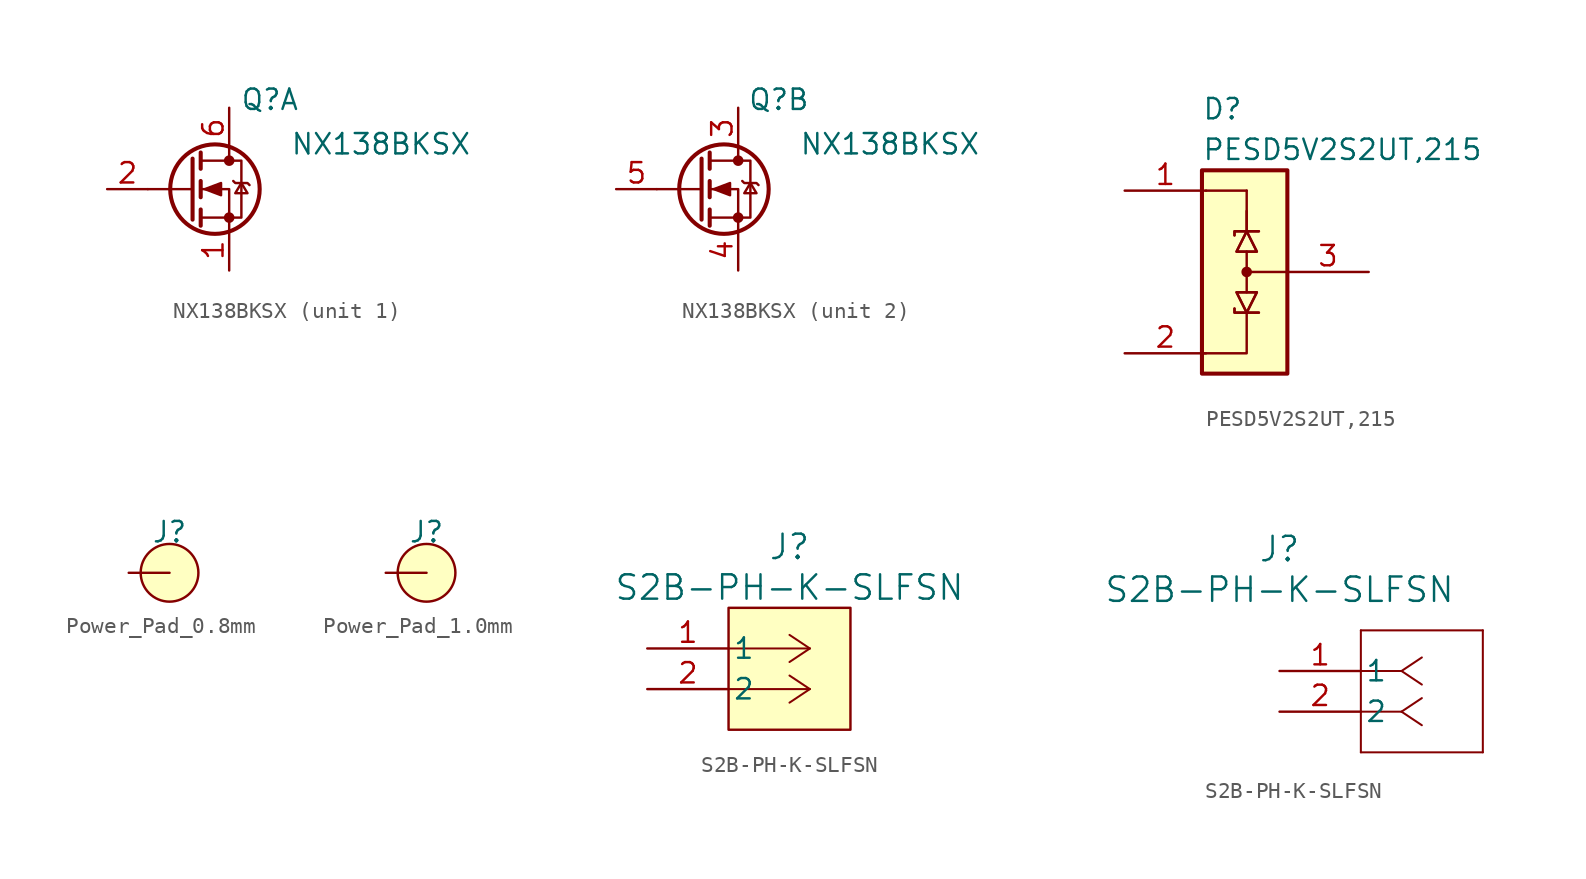
<source format=kicad_sym>
(kicad_symbol_lib
  (version 20220914)
  (generator kicad_symbol_editor)
  (symbol "NX138BKSX"
    (pin_names hide)
    (property "Reference" "Q"
      (at 2.54 5.588 0)
      (effects (font (size 1.27 1.27))))
    (property "Value" "NX138BKSX"
      (at 3.81 3.556 0)
      (effects (font (size 1.27 1.27)) (justify left top)))
    (symbol "NX138BKSX_0_1"
      (circle (center -0.889 0) (radius 2.794) (stroke (width 0.254) (type default)) (fill (type none)))
      (circle (center 0 -1.778) (radius 0.254) (stroke (width 0) (type default)) (fill (type outline)))
      (polyline (pts (xy -2.286 0) (xy -5.08 0)) (stroke (width 0) (type default)) (fill (type none)))
      (polyline (pts (xy -2.286 1.905) (xy -2.286 -1.905)) (stroke (width 0.254) (type default)) (fill (type none)))
      (polyline (pts (xy -1.778 -1.27) (xy -1.778 -2.286)) (stroke (width 0.254) (type default)) (fill (type none)))
      (polyline (pts (xy -1.778 0.508) (xy -1.778 -0.508)) (stroke (width 0.254) (type default)) (fill (type none)))
      (polyline (pts (xy -1.778 2.286) (xy -1.778 1.27)) (stroke (width 0.254) (type default)) (fill (type none)))
      (polyline (pts (xy 0 2.54) (xy 0 1.778)) (stroke (width 0) (type default)) (fill (type none)))
      (polyline (pts (xy 0 -2.54) (xy 0 0) (xy -1.778 0)) (stroke (width 0) (type default)) (fill (type none)))
      (polyline (pts (xy -1.778 -1.778) (xy 0.762 -1.778) (xy 0.762 1.778) (xy -1.778 1.778)) (stroke (width 0) (type default)) (fill (type none)))
      (polyline (pts (xy -1.524 0) (xy -0.508 0.381) (xy -0.508 -0.381) (xy -1.524 0)) (stroke (width 0) (type default)) (fill (type outline)))
      (polyline (pts (xy 0.254 0.508) (xy 0.381 0.381) (xy 1.143 0.381) (xy 1.27 0.254)) (stroke (width 0) (type default)) (fill (type none)))
      (polyline (pts (xy 0.762 0.381) (xy 0.381 -0.254) (xy 1.143 -0.254) (xy 0.762 0.381)) (stroke (width 0) (type default)) (fill (type none)))
      (circle (center 0 1.778) (radius 0.254) (stroke (width 0) (type default)) (fill (type outline))))
    (symbol "NX138BKSX_1_1"
      (pin passive line (at 0 -5.08 90) (length 2.54) (name "S1" (effects (font (size 1.27 1.27)))) (number "1" (effects (font (size 1.27 1.27)))))
      (pin input line (at -7.62 0 0) (length 2.54) (name "G1" (effects (font (size 1.27 1.27)))) (number "2" (effects (font (size 1.27 1.27)))))
      (pin passive line (at 0 5.08 270) (length 2.54) (name "D1" (effects (font (size 1.27 1.27)))) (number "6" (effects (font (size 1.27 1.27))))))
    (symbol "NX138BKSX_2_1"
      (pin passive line (at 0 5.08 270) (length 2.54) (name "D2" (effects (font (size 1.27 1.27)))) (number "3" (effects (font (size 1.27 1.27)))))
      (pin passive line (at 0 -5.08 90) (length 2.54) (name "S2" (effects (font (size 1.27 1.27)))) (number "4" (effects (font (size 1.27 1.27)))))
      (pin input line (at -7.62 0 0) (length 2.54) (name "G2" (effects (font (size 1.27 1.27)))) (number "5" (effects (font (size 1.27 1.27)))))))
  (symbol "PESD5V2S2UT,215"
    (property "Reference" "D"
      (at 4.826 5.842 0)
      (effects (font (size 1.27 1.27)) (justify left top)))
    (property "Value" "PESD5V2S2UT,215"
      (at 4.826 3.302 0)
      (effects (font (size 1.27 1.27)) (justify left top)))
    (symbol "PESD5V2S2UT,215_0_1"
      (polyline (pts (xy 7.62 -3.81) (xy 7.62 -6.35)) (stroke (width 0) (type default)) (fill (type none)))
      (polyline (pts (xy 7.62 -1.27) (xy 7.62 -2.54)) (stroke (width 0) (type default)) (fill (type none)))
      (polyline (pts (xy 7.62 0) (xy 5.08 0)) (stroke (width 0) (type default)) (fill (type none)))
      (polyline (pts (xy 7.62 0) (xy 7.62 -2.54)) (stroke (width 0) (type default)) (fill (type none)))
      (polyline (pts (xy 7.62 -7.62) (xy 7.62 -10.16) (xy 4.826 -10.16)) (stroke (width 0) (type default)) (fill (type none)))
      (polyline (pts (xy 10.16 -5.08) (xy 7.62 -5.08) (xy 7.62 -5.08)) (stroke (width 0) (type default)) (fill (type none)))
      (polyline (pts (xy 6.858 -7.366) (xy 6.858 -7.62) (xy 8.255 -7.62) (xy 8.382 -7.62)) (stroke (width 0) (type default)) (fill (type none)))
      (polyline (pts (xy 6.858 -7.366) (xy 6.858 -7.62) (xy 8.255 -7.62) (xy 8.382 -7.62)) (stroke (width 0) (type default)) (fill (type none)))
      (polyline (pts (xy 6.858 -2.794) (xy 6.858 -2.54) (xy 8.255 -2.54) (xy 8.382 -2.54)) (stroke (width 0) (type default)) (fill (type none)))
      (polyline (pts (xy 6.858 -2.794) (xy 6.858 -2.54) (xy 8.255 -2.54) (xy 8.382 -2.54)) (stroke (width 0) (type default)) (fill (type none)))
      (polyline (pts (xy 7.62 -7.62) (xy 6.985 -6.35) (xy 8.255 -6.35) (xy 7.62 -7.62)) (stroke (width 0) (type default)) (fill (type none)))
      (polyline (pts (xy 7.62 -7.62) (xy 6.985 -6.35) (xy 8.255 -6.35) (xy 7.62 -7.62)) (stroke (width 0) (type default)) (fill (type none)))
      (polyline (pts (xy 7.62 -2.54) (xy 6.985 -3.81) (xy 8.255 -3.81) (xy 7.62 -2.54)) (stroke (width 0) (type default)) (fill (type none)))
      (polyline (pts (xy 7.62 -2.54) (xy 6.985 -3.81) (xy 8.255 -3.81) (xy 7.62 -2.54)) (stroke (width 0) (type default)) (fill (type none)))
      (rectangle (start 4.826 1.27) (end 10.16 -11.43) (stroke (width 0.254) (type default)) (fill (type background)))
      (circle (center 7.62 -5.08) (radius 0.254) (stroke (width 0) (type default)) (fill (type outline))))
    (symbol "PESD5V2S2UT,215_1_1"
      (pin passive line (at 0 0 0) (length 5.08) (name "" (effects (font (size 1.27 1.27)))) (number "1" (effects (font (size 1.27 1.27)))))
      (pin passive line (at 0 -10.16 0) (length 5.08) (name "" (effects (font (size 1.27 1.27)))) (number "2" (effects (font (size 1.27 1.27)))))
      (pin passive line (at 15.24 -5.08 180) (length 5.08) (name "" (effects (font (size 1.27 1.27)))) (number "3" (effects (font (size 1.27 1.27)))))))
  (symbol "Power_Pad_0.8mm"
    (pin_numbers hide)
    (pin_names hide)
    (property "Reference" "J"
      (at 0 2.54 0)
      (effects (font (size 1.27 1.27))))
    (property "Value" ""
      (at 0 0 0)
      (effects (font (size 1.27 1.27))))
    (symbol "Power_Pad_0.8mm_0_1"
      (circle (center 0 0) (radius 1.796) (stroke (width 0) (type default)) (fill (type background))))
    (symbol "Power_Pad_0.8mm_1_1"
      (pin passive line (at -2.54 0 0) (length 2.54) (name "1" (effects (font (size 1.27 1.27)))) (number "1" (effects (font (size 1.27 1.27)))))))
  (symbol "Power_Pad_1.0mm"
    (pin_numbers hide)
    (pin_names hide)
    (property "Reference" "J"
      (at 0 2.54 0)
      (effects (font (size 1.27 1.27))))
    (property "Value" ""
      (at 0 0 0)
      (effects (font (size 1.27 1.27))))
    (symbol "Power_Pad_1.0mm_0_1"
      (circle (center 0 0) (radius 1.796) (stroke (width 0) (type default)) (fill (type background))))
    (symbol "Power_Pad_1.0mm_1_1"
      (pin passive line (at -2.54 0 0) (length 2.54) (name "1" (effects (font (size 1.27 1.27)))) (number "1" (effects (font (size 1.27 1.27)))))))
  (symbol "S2B-PH-K-SLFSN"
    (pin_names
      (offset 0.254))
    (property "Reference" "J"
      (at 0 7.62 0)
      (effects (font (size 1.524 1.524))))
    (property "Value" "S2B-PH-K-SLFSN"
      (at 0 5.08 0)
      (effects (font (size 1.524 1.524))))
    (property "ki_locked" ""
      (at 0 0 0)
      (effects (font (size 1.27 1.27))))
    (symbol "S2B-PH-K-SLFSN_1_1"
      (rectangle (start -3.81 3.81) (end 3.81 -3.81) (stroke (width 0) (type default)) (fill (type background)))
      (polyline (pts (xy 1.27 -1.27) (xy -3.81 -1.27)) (stroke (width 0.127) (type default)) (fill (type none)))
      (polyline (pts (xy 1.27 -1.27) (xy 0 -2.117)) (stroke (width 0.127) (type default)) (fill (type none)))
      (polyline (pts (xy 1.27 -1.27) (xy 0 -0.423)) (stroke (width 0.127) (type default)) (fill (type none)))
      (polyline (pts (xy 1.27 1.27) (xy -3.81 1.27)) (stroke (width 0.127) (type default)) (fill (type none)))
      (polyline (pts (xy 1.27 1.27) (xy 0 0.423)) (stroke (width 0.127) (type default)) (fill (type none)))
      (polyline (pts (xy 1.27 1.27) (xy 0 2.117)) (stroke (width 0.127) (type default)) (fill (type none)))
      (pin unspecified line (at -8.89 1.27 0) (length 5.08) (name "1" (effects (font (size 1.27 1.27)))) (number "1" (effects (font (size 1.27 1.27)))))
      (pin unspecified line (at -8.89 -1.27 0) (length 5.08) (name "2" (effects (font (size 1.27 1.27)))) (number "2" (effects (font (size 1.27 1.27))))))
    (symbol "S2B-PH-K-SLFSN_1_2"
      (polyline (pts (xy 5.08 -5.08) (xy 12.7 -5.08)) (stroke (width 0.127) (type default)) (fill (type none)))
      (polyline (pts (xy 5.08 2.54) (xy 5.08 -5.08)) (stroke (width 0.127) (type default)) (fill (type none)))
      (polyline (pts (xy 7.62 -2.54) (xy 5.08 -2.54)) (stroke (width 0.127) (type default)) (fill (type none)))
      (polyline (pts (xy 7.62 -2.54) (xy 8.89 -3.387)) (stroke (width 0.127) (type default)) (fill (type none)))
      (polyline (pts (xy 7.62 -2.54) (xy 8.89 -1.693)) (stroke (width 0.127) (type default)) (fill (type none)))
      (polyline (pts (xy 7.62 0) (xy 5.08 0)) (stroke (width 0.127) (type default)) (fill (type none)))
      (polyline (pts (xy 7.62 0) (xy 8.89 -0.847)) (stroke (width 0.127) (type default)) (fill (type none)))
      (polyline (pts (xy 7.62 0) (xy 8.89 0.847)) (stroke (width 0.127) (type default)) (fill (type none)))
      (polyline (pts (xy 12.7 -5.08) (xy 12.7 2.54)) (stroke (width 0.127) (type default)) (fill (type none)))
      (polyline (pts (xy 12.7 2.54) (xy 5.08 2.54)) (stroke (width 0.127) (type default)) (fill (type none)))
      (pin unspecified line (at 0 0 0) (length 5.08) (name "1" (effects (font (size 1.27 1.27)))) (number "1" (effects (font (size 1.27 1.27)))))
      (pin unspecified line (at 0 -2.54 0) (length 5.08) (name "2" (effects (font (size 1.27 1.27)))) (number "2" (effects (font (size 1.27 1.27))))))))
</source>
